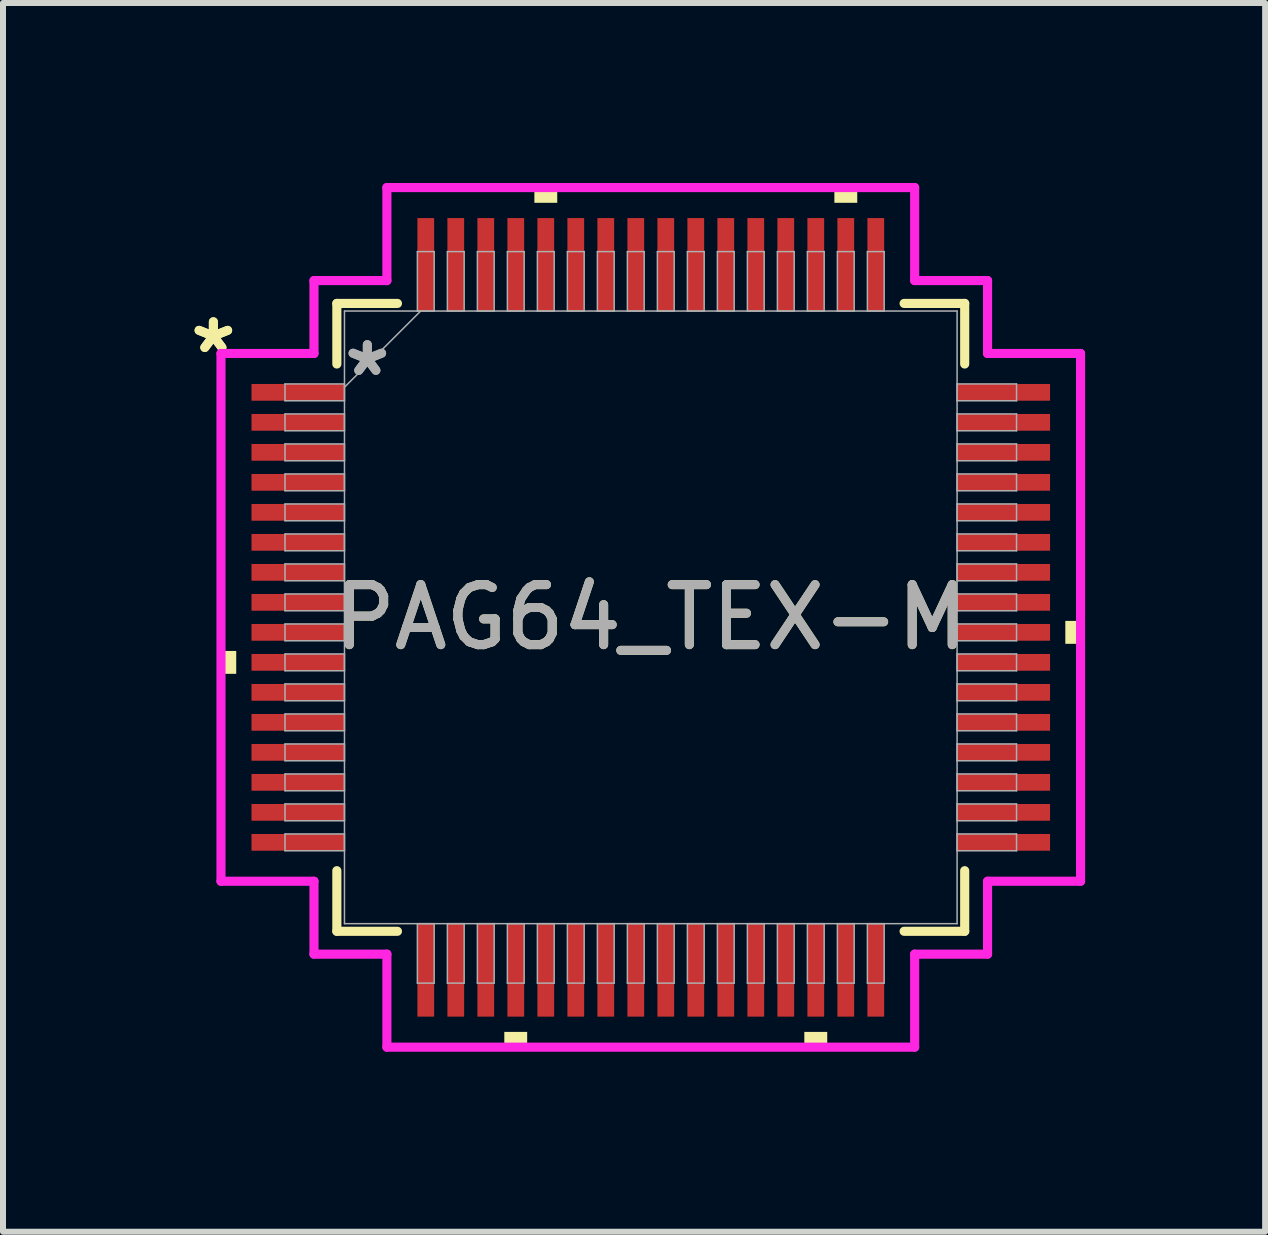
<source format=kicad_pcb>
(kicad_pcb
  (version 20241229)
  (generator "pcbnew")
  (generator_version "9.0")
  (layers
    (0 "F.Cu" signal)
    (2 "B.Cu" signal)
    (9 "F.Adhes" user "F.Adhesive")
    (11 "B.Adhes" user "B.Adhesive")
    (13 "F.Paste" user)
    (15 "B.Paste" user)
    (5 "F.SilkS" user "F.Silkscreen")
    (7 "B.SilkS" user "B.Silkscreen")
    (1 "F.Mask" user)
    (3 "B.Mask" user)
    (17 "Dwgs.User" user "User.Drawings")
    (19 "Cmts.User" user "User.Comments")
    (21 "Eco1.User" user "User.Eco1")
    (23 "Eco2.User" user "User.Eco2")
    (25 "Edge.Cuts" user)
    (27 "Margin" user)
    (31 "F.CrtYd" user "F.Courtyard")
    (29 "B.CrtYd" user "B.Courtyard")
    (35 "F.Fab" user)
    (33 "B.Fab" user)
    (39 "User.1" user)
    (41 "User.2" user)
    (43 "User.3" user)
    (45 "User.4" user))
  (footprint "PAG64_TEX-M"
    (layer "F.Cu")
    (at 7.796 7.239)
    (property "Reference" "PAG64_TEX-M" (at 0 0 0) (unlocked yes) (layer "F.SilkS") (effects (font (size 1 1) (thickness 0.15))))
    (attr smd)
    (fp_line (start -5.232 -5.232) (end -5.232 -4.222) (stroke (width 0.152) (type solid)) (layer "F.SilkS"))
    (fp_line (start -5.232 4.222) (end -5.232 5.232) (stroke (width 0.152) (type solid)) (layer "F.SilkS"))
    (fp_line (start -5.232 5.232) (end -4.222 5.232) (stroke (width 0.152) (type solid)) (layer "F.SilkS"))
    (fp_line (start -4.222 -5.232) (end -5.232 -5.232) (stroke (width 0.152) (type solid)) (layer "F.SilkS"))
    (fp_line (start 4.222 5.232) (end 5.232 5.232) (stroke (width 0.152) (type solid)) (layer "F.SilkS"))
    (fp_line (start 5.232 -5.232) (end 4.222 -5.232) (stroke (width 0.152) (type solid)) (layer "F.SilkS"))
    (fp_line (start 5.232 -4.222) (end 5.232 -5.232) (stroke (width 0.152) (type solid)) (layer "F.SilkS"))
    (fp_line (start 5.232 5.232) (end 5.232 4.222) (stroke (width 0.152) (type solid)) (layer "F.SilkS"))
    (fp_poly (pts (xy -7.163 0.56) (xy -7.163 0.941) (xy -6.909 0.941) (xy -6.909 0.56)) (stroke (width 0) (type solid)) (fill yes) (layer "F.SilkS"))
    (fp_poly (pts (xy -2.441 6.909) (xy -2.441 7.163) (xy -2.06 7.163) (xy -2.06 6.909)) (stroke (width 0) (type solid)) (fill yes) (layer "F.SilkS"))
    (fp_poly (pts (xy -1.94 -6.909) (xy -1.94 -7.163) (xy -1.559 -7.163) (xy -1.559 -6.909)) (stroke (width 0) (type solid)) (fill yes) (layer "F.SilkS"))
    (fp_poly (pts (xy 2.559 6.909) (xy 2.559 7.163) (xy 2.941 7.163) (xy 2.941 6.909)) (stroke (width 0) (type solid)) (fill yes) (layer "F.SilkS"))
    (fp_poly (pts (xy 3.06 -6.909) (xy 3.06 -7.163) (xy 3.441 -7.163) (xy 3.441 -6.909)) (stroke (width 0) (type solid)) (fill yes) (layer "F.SilkS"))
    (fp_poly (pts (xy 7.163 0.059) (xy 7.163 0.441) (xy 6.909 0.441) (xy 6.909 0.059)) (stroke (width 0) (type solid)) (fill yes) (layer "F.SilkS"))
    (fp_line (start -7.163 -4.398) (end -5.613 -4.398) (stroke (width 0.152) (type solid)) (layer "F.CrtYd"))
    (fp_line (start -7.163 4.398) (end -7.163 -4.398) (stroke (width 0.152) (type solid)) (layer "F.CrtYd"))
    (fp_line (start -5.613 -5.613) (end -4.398 -5.613) (stroke (width 0.152) (type solid)) (layer "F.CrtYd"))
    (fp_line (start -5.613 -4.398) (end -5.613 -5.613) (stroke (width 0.152) (type solid)) (layer "F.CrtYd"))
    (fp_line (start -5.613 4.398) (end -7.163 4.398) (stroke (width 0.152) (type solid)) (layer "F.CrtYd"))
    (fp_line (start -5.613 5.613) (end -5.613 4.398) (stroke (width 0.152) (type solid)) (layer "F.CrtYd"))
    (fp_line (start -5.613 5.613) (end -4.398 5.613) (stroke (width 0.152) (type solid)) (layer "F.CrtYd"))
    (fp_line (start -4.398 -7.163) (end 4.398 -7.163) (stroke (width 0.152) (type solid)) (layer "F.CrtYd"))
    (fp_line (start -4.398 -5.613) (end -4.398 -7.163) (stroke (width 0.152) (type solid)) (layer "F.CrtYd"))
    (fp_line (start -4.398 5.613) (end -4.398 7.163) (stroke (width 0.152) (type solid)) (layer "F.CrtYd"))
    (fp_line (start -4.398 7.163) (end 4.398 7.163) (stroke (width 0.152) (type solid)) (layer "F.CrtYd"))
    (fp_line (start 4.398 -7.163) (end 4.398 -5.613) (stroke (width 0.152) (type solid)) (layer "F.CrtYd"))
    (fp_line (start 4.398 -5.613) (end 5.613 -5.613) (stroke (width 0.152) (type solid)) (layer "F.CrtYd"))
    (fp_line (start 4.398 5.613) (end 5.613 5.613) (stroke (width 0.152) (type solid)) (layer "F.CrtYd"))
    (fp_line (start 4.398 7.163) (end 4.398 5.613) (stroke (width 0.152) (type solid)) (layer "F.CrtYd"))
    (fp_line (start 5.613 -4.398) (end 5.613 -5.613) (stroke (width 0.152) (type solid)) (layer "F.CrtYd"))
    (fp_line (start 5.613 4.398) (end 7.163 4.398) (stroke (width 0.152) (type solid)) (layer "F.CrtYd"))
    (fp_line (start 5.613 5.613) (end 5.613 4.398) (stroke (width 0.152) (type solid)) (layer "F.CrtYd"))
    (fp_line (start 7.163 -4.398) (end 5.613 -4.398) (stroke (width 0.152) (type solid)) (layer "F.CrtYd"))
    (fp_line (start 7.163 4.398) (end 7.163 -4.398) (stroke (width 0.152) (type solid)) (layer "F.CrtYd"))
    (fp_line (start -6.096 -3.89) (end -6.096 -3.61) (stroke (width 0.025) (type solid)) (layer "F.Fab"))
    (fp_line (start -6.096 -3.61) (end -5.105 -3.61) (stroke (width 0.025) (type solid)) (layer "F.Fab"))
    (fp_line (start -6.096 -3.39) (end -6.096 -3.11) (stroke (width 0.025) (type solid)) (layer "F.Fab"))
    (fp_line (start -6.096 -3.11) (end -5.105 -3.11) (stroke (width 0.025) (type solid)) (layer "F.Fab"))
    (fp_line (start -6.096 -2.89) (end -6.096 -2.61) (stroke (width 0.025) (type solid)) (layer "F.Fab"))
    (fp_line (start -6.096 -2.61) (end -5.105 -2.61) (stroke (width 0.025) (type solid)) (layer "F.Fab"))
    (fp_line (start -6.096 -2.39) (end -6.096 -2.11) (stroke (width 0.025) (type solid)) (layer "F.Fab"))
    (fp_line (start -6.096 -2.11) (end -5.105 -2.11) (stroke (width 0.025) (type solid)) (layer "F.Fab"))
    (fp_line (start -6.096 -1.89) (end -6.096 -1.61) (stroke (width 0.025) (type solid)) (layer "F.Fab"))
    (fp_line (start -6.096 -1.61) (end -5.105 -1.61) (stroke (width 0.025) (type solid)) (layer "F.Fab"))
    (fp_line (start -6.096 -1.39) (end -6.096 -1.11) (stroke (width 0.025) (type solid)) (layer "F.Fab"))
    (fp_line (start -6.096 -1.11) (end -5.105 -1.11) (stroke (width 0.025) (type solid)) (layer "F.Fab"))
    (fp_line (start -6.096 -0.89) (end -6.096 -0.61) (stroke (width 0.025) (type solid)) (layer "F.Fab"))
    (fp_line (start -6.096 -0.61) (end -5.105 -0.61) (stroke (width 0.025) (type solid)) (layer "F.Fab"))
    (fp_line (start -6.096 -0.39) (end -6.096 -0.11) (stroke (width 0.025) (type solid)) (layer "F.Fab"))
    (fp_line (start -6.096 -0.11) (end -5.105 -0.11) (stroke (width 0.025) (type solid)) (layer "F.Fab"))
    (fp_line (start -6.096 0.11) (end -6.096 0.39) (stroke (width 0.025) (type solid)) (layer "F.Fab"))
    (fp_line (start -6.096 0.39) (end -5.105 0.39) (stroke (width 0.025) (type solid)) (layer "F.Fab"))
    (fp_line (start -6.096 0.61) (end -6.096 0.89) (stroke (width 0.025) (type solid)) (layer "F.Fab"))
    (fp_line (start -6.096 0.89) (end -5.105 0.89) (stroke (width 0.025) (type solid)) (layer "F.Fab"))
    (fp_line (start -6.096 1.11) (end -6.096 1.39) (stroke (width 0.025) (type solid)) (layer "F.Fab"))
    (fp_line (start -6.096 1.39) (end -5.105 1.39) (stroke (width 0.025) (type solid)) (layer "F.Fab"))
    (fp_line (start -6.096 1.61) (end -6.096 1.89) (stroke (width 0.025) (type solid)) (layer "F.Fab"))
    (fp_line (start -6.096 1.89) (end -5.105 1.89) (stroke (width 0.025) (type solid)) (layer "F.Fab"))
    (fp_line (start -6.096 2.11) (end -6.096 2.39) (stroke (width 0.025) (type solid)) (layer "F.Fab"))
    (fp_line (start -6.096 2.39) (end -5.105 2.39) (stroke (width 0.025) (type solid)) (layer "F.Fab"))
    (fp_line (start -6.096 2.61) (end -6.096 2.89) (stroke (width 0.025) (type solid)) (layer "F.Fab"))
    (fp_line (start -6.096 2.89) (end -5.105 2.89) (stroke (width 0.025) (type solid)) (layer "F.Fab"))
    (fp_line (start -6.096 3.11) (end -6.096 3.39) (stroke (width 0.025) (type solid)) (layer "F.Fab"))
    (fp_line (start -6.096 3.39) (end -5.105 3.39) (stroke (width 0.025) (type solid)) (layer "F.Fab"))
    (fp_line (start -6.096 3.61) (end -6.096 3.89) (stroke (width 0.025) (type solid)) (layer "F.Fab"))
    (fp_line (start -6.096 3.89) (end -5.105 3.89) (stroke (width 0.025) (type solid)) (layer "F.Fab"))
    (fp_line (start -5.105 -5.105) (end -5.105 5.105) (stroke (width 0.025) (type solid)) (layer "F.Fab"))
    (fp_line (start -5.105 -3.89) (end -6.096 -3.89) (stroke (width 0.025) (type solid)) (layer "F.Fab"))
    (fp_line (start -5.105 -3.835) (end -3.835 -5.105) (stroke (width 0.025) (type solid)) (layer "F.Fab"))
    (fp_line (start -5.105 -3.61) (end -5.105 -3.89) (stroke (width 0.025) (type solid)) (layer "F.Fab"))
    (fp_line (start -5.105 -3.39) (end -6.096 -3.39) (stroke (width 0.025) (type solid)) (layer "F.Fab"))
    (fp_line (start -5.105 -3.11) (end -5.105 -3.39) (stroke (width 0.025) (type solid)) (layer "F.Fab"))
    (fp_line (start -5.105 -2.89) (end -6.096 -2.89) (stroke (width 0.025) (type solid)) (layer "F.Fab"))
    (fp_line (start -5.105 -2.61) (end -5.105 -2.89) (stroke (width 0.025) (type solid)) (layer "F.Fab"))
    (fp_line (start -5.105 -2.39) (end -6.096 -2.39) (stroke (width 0.025) (type solid)) (layer "F.Fab"))
    (fp_line (start -5.105 -2.11) (end -5.105 -2.39) (stroke (width 0.025) (type solid)) (layer "F.Fab"))
    (fp_line (start -5.105 -1.89) (end -6.096 -1.89) (stroke (width 0.025) (type solid)) (layer "F.Fab"))
    (fp_line (start -5.105 -1.61) (end -5.105 -1.89) (stroke (width 0.025) (type solid)) (layer "F.Fab"))
    (fp_line (start -5.105 -1.39) (end -6.096 -1.39) (stroke (width 0.025) (type solid)) (layer "F.Fab"))
    (fp_line (start -5.105 -1.11) (end -5.105 -1.39) (stroke (width 0.025) (type solid)) (layer "F.Fab"))
    (fp_line (start -5.105 -0.89) (end -6.096 -0.89) (stroke (width 0.025) (type solid)) (layer "F.Fab"))
    (fp_line (start -5.105 -0.61) (end -5.105 -0.89) (stroke (width 0.025) (type solid)) (layer "F.Fab"))
    (fp_line (start -5.105 -0.39) (end -6.096 -0.39) (stroke (width 0.025) (type solid)) (layer "F.Fab"))
    (fp_line (start -5.105 -0.11) (end -5.105 -0.39) (stroke (width 0.025) (type solid)) (layer "F.Fab"))
    (fp_line (start -5.105 0.11) (end -6.096 0.11) (stroke (width 0.025) (type solid)) (layer "F.Fab"))
    (fp_line (start -5.105 0.39) (end -5.105 0.11) (stroke (width 0.025) (type solid)) (layer "F.Fab"))
    (fp_line (start -5.105 0.61) (end -6.096 0.61) (stroke (width 0.025) (type solid)) (layer "F.Fab"))
    (fp_line (start -5.105 0.89) (end -5.105 0.61) (stroke (width 0.025) (type solid)) (layer "F.Fab"))
    (fp_line (start -5.105 1.11) (end -6.096 1.11) (stroke (width 0.025) (type solid)) (layer "F.Fab"))
    (fp_line (start -5.105 1.39) (end -5.105 1.11) (stroke (width 0.025) (type solid)) (layer "F.Fab"))
    (fp_line (start -5.105 1.61) (end -6.096 1.61) (stroke (width 0.025) (type solid)) (layer "F.Fab"))
    (fp_line (start -5.105 1.89) (end -5.105 1.61) (stroke (width 0.025) (type solid)) (layer "F.Fab"))
    (fp_line (start -5.105 2.11) (end -6.096 2.11) (stroke (width 0.025) (type solid)) (layer "F.Fab"))
    (fp_line (start -5.105 2.39) (end -5.105 2.11) (stroke (width 0.025) (type solid)) (layer "F.Fab"))
    (fp_line (start -5.105 2.61) (end -6.096 2.61) (stroke (width 0.025) (type solid)) (layer "F.Fab"))
    (fp_line (start -5.105 2.89) (end -5.105 2.61) (stroke (width 0.025) (type solid)) (layer "F.Fab"))
    (fp_line (start -5.105 3.11) (end -6.096 3.11) (stroke (width 0.025) (type solid)) (layer "F.Fab"))
    (fp_line (start -5.105 3.39) (end -5.105 3.11) (stroke (width 0.025) (type solid)) (layer "F.Fab"))
    (fp_line (start -5.105 3.61) (end -6.096 3.61) (stroke (width 0.025) (type solid)) (layer "F.Fab"))
    (fp_line (start -5.105 3.89) (end -5.105 3.61) (stroke (width 0.025) (type solid)) (layer "F.Fab"))
    (fp_line (start -5.105 5.105) (end 5.105 5.105) (stroke (width 0.025) (type solid)) (layer "F.Fab"))
    (fp_line (start -3.89 -6.096) (end -3.89 -5.105) (stroke (width 0.025) (type solid)) (layer "F.Fab"))
    (fp_line (start -3.89 -5.105) (end -3.61 -5.105) (stroke (width 0.025) (type solid)) (layer "F.Fab"))
    (fp_line (start -3.89 5.105) (end -3.89 6.096) (stroke (width 0.025) (type solid)) (layer "F.Fab"))
    (fp_line (start -3.89 6.096) (end -3.61 6.096) (stroke (width 0.025) (type solid)) (layer "F.Fab"))
    (fp_line (start -3.61 -6.096) (end -3.89 -6.096) (stroke (width 0.025) (type solid)) (layer "F.Fab"))
    (fp_line (start -3.61 -5.105) (end -3.61 -6.096) (stroke (width 0.025) (type solid)) (layer "F.Fab"))
    (fp_line (start -3.61 5.105) (end -3.89 5.105) (stroke (width 0.025) (type solid)) (layer "F.Fab"))
    (fp_line (start -3.61 6.096) (end -3.61 5.105) (stroke (width 0.025) (type solid)) (layer "F.Fab"))
    (fp_line (start -3.39 -6.096) (end -3.39 -5.105) (stroke (width 0.025) (type solid)) (layer "F.Fab"))
    (fp_line (start -3.39 -5.105) (end -3.11 -5.105) (stroke (width 0.025) (type solid)) (layer "F.Fab"))
    (fp_line (start -3.39 5.105) (end -3.39 6.096) (stroke (width 0.025) (type solid)) (layer "F.Fab"))
    (fp_line (start -3.39 6.096) (end -3.11 6.096) (stroke (width 0.025) (type solid)) (layer "F.Fab"))
    (fp_line (start -3.11 -6.096) (end -3.39 -6.096) (stroke (width 0.025) (type solid)) (layer "F.Fab"))
    (fp_line (start -3.11 -5.105) (end -3.11 -6.096) (stroke (width 0.025) (type solid)) (layer "F.Fab"))
    (fp_line (start -3.11 5.105) (end -3.39 5.105) (stroke (width 0.025) (type solid)) (layer "F.Fab"))
    (fp_line (start -3.11 6.096) (end -3.11 5.105) (stroke (width 0.025) (type solid)) (layer "F.Fab"))
    (fp_line (start -2.89 -6.096) (end -2.89 -5.105) (stroke (width 0.025) (type solid)) (layer "F.Fab"))
    (fp_line (start -2.89 -5.105) (end -2.61 -5.105) (stroke (width 0.025) (type solid)) (layer "F.Fab"))
    (fp_line (start -2.89 5.105) (end -2.89 6.096) (stroke (width 0.025) (type solid)) (layer "F.Fab"))
    (fp_line (start -2.89 6.096) (end -2.61 6.096) (stroke (width 0.025) (type solid)) (layer "F.Fab"))
    (fp_line (start -2.61 -6.096) (end -2.89 -6.096) (stroke (width 0.025) (type solid)) (layer "F.Fab"))
    (fp_line (start -2.61 -5.105) (end -2.61 -6.096) (stroke (width 0.025) (type solid)) (layer "F.Fab"))
    (fp_line (start -2.61 5.105) (end -2.89 5.105) (stroke (width 0.025) (type solid)) (layer "F.Fab"))
    (fp_line (start -2.61 6.096) (end -2.61 5.105) (stroke (width 0.025) (type solid)) (layer "F.Fab"))
    (fp_line (start -2.39 -6.096) (end -2.39 -5.105) (stroke (width 0.025) (type solid)) (layer "F.Fab"))
    (fp_line (start -2.39 -5.105) (end -2.11 -5.105) (stroke (width 0.025) (type solid)) (layer "F.Fab"))
    (fp_line (start -2.39 5.105) (end -2.39 6.096) (stroke (width 0.025) (type solid)) (layer "F.Fab"))
    (fp_line (start -2.39 6.096) (end -2.11 6.096) (stroke (width 0.025) (type solid)) (layer "F.Fab"))
    (fp_line (start -2.11 -6.096) (end -2.39 -6.096) (stroke (width 0.025) (type solid)) (layer "F.Fab"))
    (fp_line (start -2.11 -5.105) (end -2.11 -6.096) (stroke (width 0.025) (type solid)) (layer "F.Fab"))
    (fp_line (start -2.11 5.105) (end -2.39 5.105) (stroke (width 0.025) (type solid)) (layer "F.Fab"))
    (fp_line (start -2.11 6.096) (end -2.11 5.105) (stroke (width 0.025) (type solid)) (layer "F.Fab"))
    (fp_line (start -1.89 -6.096) (end -1.89 -5.105) (stroke (width 0.025) (type solid)) (layer "F.Fab"))
    (fp_line (start -1.89 -5.105) (end -1.61 -5.105) (stroke (width 0.025) (type solid)) (layer "F.Fab"))
    (fp_line (start -1.89 5.105) (end -1.89 6.096) (stroke (width 0.025) (type solid)) (layer "F.Fab"))
    (fp_line (start -1.89 6.096) (end -1.61 6.096) (stroke (width 0.025) (type solid)) (layer "F.Fab"))
    (fp_line (start -1.61 -6.096) (end -1.89 -6.096) (stroke (width 0.025) (type solid)) (layer "F.Fab"))
    (fp_line (start -1.61 -5.105) (end -1.61 -6.096) (stroke (width 0.025) (type solid)) (layer "F.Fab"))
    (fp_line (start -1.61 5.105) (end -1.89 5.105) (stroke (width 0.025) (type solid)) (layer "F.Fab"))
    (fp_line (start -1.61 6.096) (end -1.61 5.105) (stroke (width 0.025) (type solid)) (layer "F.Fab"))
    (fp_line (start -1.39 -6.096) (end -1.39 -5.105) (stroke (width 0.025) (type solid)) (layer "F.Fab"))
    (fp_line (start -1.39 -5.105) (end -1.11 -5.105) (stroke (width 0.025) (type solid)) (layer "F.Fab"))
    (fp_line (start -1.39 5.105) (end -1.39 6.096) (stroke (width 0.025) (type solid)) (layer "F.Fab"))
    (fp_line (start -1.39 6.096) (end -1.11 6.096) (stroke (width 0.025) (type solid)) (layer "F.Fab"))
    (fp_line (start -1.11 -6.096) (end -1.39 -6.096) (stroke (width 0.025) (type solid)) (layer "F.Fab"))
    (fp_line (start -1.11 -5.105) (end -1.11 -6.096) (stroke (width 0.025) (type solid)) (layer "F.Fab"))
    (fp_line (start -1.11 5.105) (end -1.39 5.105) (stroke (width 0.025) (type solid)) (layer "F.Fab"))
    (fp_line (start -1.11 6.096) (end -1.11 5.105) (stroke (width 0.025) (type solid)) (layer "F.Fab"))
    (fp_line (start -0.89 -6.096) (end -0.89 -5.105) (stroke (width 0.025) (type solid)) (layer "F.Fab"))
    (fp_line (start -0.89 -5.105) (end -0.61 -5.105) (stroke (width 0.025) (type solid)) (layer "F.Fab"))
    (fp_line (start -0.89 5.105) (end -0.89 6.096) (stroke (width 0.025) (type solid)) (layer "F.Fab"))
    (fp_line (start -0.89 6.096) (end -0.61 6.096) (stroke (width 0.025) (type solid)) (layer "F.Fab"))
    (fp_line (start -0.61 -6.096) (end -0.89 -6.096) (stroke (width 0.025) (type solid)) (layer "F.Fab"))
    (fp_line (start -0.61 -5.105) (end -0.61 -6.096) (stroke (width 0.025) (type solid)) (layer "F.Fab"))
    (fp_line (start -0.61 5.105) (end -0.89 5.105) (stroke (width 0.025) (type solid)) (layer "F.Fab"))
    (fp_line (start -0.61 6.096) (end -0.61 5.105) (stroke (width 0.025) (type solid)) (layer "F.Fab"))
    (fp_line (start -0.39 -6.096) (end -0.39 -5.105) (stroke (width 0.025) (type solid)) (layer "F.Fab"))
    (fp_line (start -0.39 -5.105) (end -0.11 -5.105) (stroke (width 0.025) (type solid)) (layer "F.Fab"))
    (fp_line (start -0.39 5.105) (end -0.39 6.096) (stroke (width 0.025) (type solid)) (layer "F.Fab"))
    (fp_line (start -0.39 6.096) (end -0.11 6.096) (stroke (width 0.025) (type solid)) (layer "F.Fab"))
    (fp_line (start -0.11 -6.096) (end -0.39 -6.096) (stroke (width 0.025) (type solid)) (layer "F.Fab"))
    (fp_line (start -0.11 -5.105) (end -0.11 -6.096) (stroke (width 0.025) (type solid)) (layer "F.Fab"))
    (fp_line (start -0.11 5.105) (end -0.39 5.105) (stroke (width 0.025) (type solid)) (layer "F.Fab"))
    (fp_line (start -0.11 6.096) (end -0.11 5.105) (stroke (width 0.025) (type solid)) (layer "F.Fab"))
    (fp_line (start 0.11 -6.096) (end 0.11 -5.105) (stroke (width 0.025) (type solid)) (layer "F.Fab"))
    (fp_line (start 0.11 -5.105) (end 0.39 -5.105) (stroke (width 0.025) (type solid)) (layer "F.Fab"))
    (fp_line (start 0.11 5.105) (end 0.11 6.096) (stroke (width 0.025) (type solid)) (layer "F.Fab"))
    (fp_line (start 0.11 6.096) (end 0.39 6.096) (stroke (width 0.025) (type solid)) (layer "F.Fab"))
    (fp_line (start 0.39 -6.096) (end 0.11 -6.096) (stroke (width 0.025) (type solid)) (layer "F.Fab"))
    (fp_line (start 0.39 -5.105) (end 0.39 -6.096) (stroke (width 0.025) (type solid)) (layer "F.Fab"))
    (fp_line (start 0.39 5.105) (end 0.11 5.105) (stroke (width 0.025) (type solid)) (layer "F.Fab"))
    (fp_line (start 0.39 6.096) (end 0.39 5.105) (stroke (width 0.025) (type solid)) (layer "F.Fab"))
    (fp_line (start 0.61 -6.096) (end 0.61 -5.105) (stroke (width 0.025) (type solid)) (layer "F.Fab"))
    (fp_line (start 0.61 -5.105) (end 0.89 -5.105) (stroke (width 0.025) (type solid)) (layer "F.Fab"))
    (fp_line (start 0.61 5.105) (end 0.61 6.096) (stroke (width 0.025) (type solid)) (layer "F.Fab"))
    (fp_line (start 0.61 6.096) (end 0.89 6.096) (stroke (width 0.025) (type solid)) (layer "F.Fab"))
    (fp_line (start 0.89 -6.096) (end 0.61 -6.096) (stroke (width 0.025) (type solid)) (layer "F.Fab"))
    (fp_line (start 0.89 -5.105) (end 0.89 -6.096) (stroke (width 0.025) (type solid)) (layer "F.Fab"))
    (fp_line (start 0.89 5.105) (end 0.61 5.105) (stroke (width 0.025) (type solid)) (layer "F.Fab"))
    (fp_line (start 0.89 6.096) (end 0.89 5.105) (stroke (width 0.025) (type solid)) (layer "F.Fab"))
    (fp_line (start 1.11 -6.096) (end 1.11 -5.105) (stroke (width 0.025) (type solid)) (layer "F.Fab"))
    (fp_line (start 1.11 -5.105) (end 1.39 -5.105) (stroke (width 0.025) (type solid)) (layer "F.Fab"))
    (fp_line (start 1.11 5.105) (end 1.11 6.096) (stroke (width 0.025) (type solid)) (layer "F.Fab"))
    (fp_line (start 1.11 6.096) (end 1.39 6.096) (stroke (width 0.025) (type solid)) (layer "F.Fab"))
    (fp_line (start 1.39 -6.096) (end 1.11 -6.096) (stroke (width 0.025) (type solid)) (layer "F.Fab"))
    (fp_line (start 1.39 -5.105) (end 1.39 -6.096) (stroke (width 0.025) (type solid)) (layer "F.Fab"))
    (fp_line (start 1.39 5.105) (end 1.11 5.105) (stroke (width 0.025) (type solid)) (layer "F.Fab"))
    (fp_line (start 1.39 6.096) (end 1.39 5.105) (stroke (width 0.025) (type solid)) (layer "F.Fab"))
    (fp_line (start 1.61 -6.096) (end 1.61 -5.105) (stroke (width 0.025) (type solid)) (layer "F.Fab"))
    (fp_line (start 1.61 -5.105) (end 1.89 -5.105) (stroke (width 0.025) (type solid)) (layer "F.Fab"))
    (fp_line (start 1.61 5.105) (end 1.61 6.096) (stroke (width 0.025) (type solid)) (layer "F.Fab"))
    (fp_line (start 1.61 6.096) (end 1.89 6.096) (stroke (width 0.025) (type solid)) (layer "F.Fab"))
    (fp_line (start 1.89 -6.096) (end 1.61 -6.096) (stroke (width 0.025) (type solid)) (layer "F.Fab"))
    (fp_line (start 1.89 -5.105) (end 1.89 -6.096) (stroke (width 0.025) (type solid)) (layer "F.Fab"))
    (fp_line (start 1.89 5.105) (end 1.61 5.105) (stroke (width 0.025) (type solid)) (layer "F.Fab"))
    (fp_line (start 1.89 6.096) (end 1.89 5.105) (stroke (width 0.025) (type solid)) (layer "F.Fab"))
    (fp_line (start 2.11 -6.096) (end 2.11 -5.105) (stroke (width 0.025) (type solid)) (layer "F.Fab"))
    (fp_line (start 2.11 -5.105) (end 2.39 -5.105) (stroke (width 0.025) (type solid)) (layer "F.Fab"))
    (fp_line (start 2.11 5.105) (end 2.11 6.096) (stroke (width 0.025) (type solid)) (layer "F.Fab"))
    (fp_line (start 2.11 6.096) (end 2.39 6.096) (stroke (width 0.025) (type solid)) (layer "F.Fab"))
    (fp_line (start 2.39 -6.096) (end 2.11 -6.096) (stroke (width 0.025) (type solid)) (layer "F.Fab"))
    (fp_line (start 2.39 -5.105) (end 2.39 -6.096) (stroke (width 0.025) (type solid)) (layer "F.Fab"))
    (fp_line (start 2.39 5.105) (end 2.11 5.105) (stroke (width 0.025) (type solid)) (layer "F.Fab"))
    (fp_line (start 2.39 6.096) (end 2.39 5.105) (stroke (width 0.025) (type solid)) (layer "F.Fab"))
    (fp_line (start 2.61 -6.096) (end 2.61 -5.105) (stroke (width 0.025) (type solid)) (layer "F.Fab"))
    (fp_line (start 2.61 -5.105) (end 2.89 -5.105) (stroke (width 0.025) (type solid)) (layer "F.Fab"))
    (fp_line (start 2.61 5.105) (end 2.61 6.096) (stroke (width 0.025) (type solid)) (layer "F.Fab"))
    (fp_line (start 2.61 6.096) (end 2.89 6.096) (stroke (width 0.025) (type solid)) (layer "F.Fab"))
    (fp_line (start 2.89 -6.096) (end 2.61 -6.096) (stroke (width 0.025) (type solid)) (layer "F.Fab"))
    (fp_line (start 2.89 -5.105) (end 2.89 -6.096) (stroke (width 0.025) (type solid)) (layer "F.Fab"))
    (fp_line (start 2.89 5.105) (end 2.61 5.105) (stroke (width 0.025) (type solid)) (layer "F.Fab"))
    (fp_line (start 2.89 6.096) (end 2.89 5.105) (stroke (width 0.025) (type solid)) (layer "F.Fab"))
    (fp_line (start 3.11 -6.096) (end 3.11 -5.105) (stroke (width 0.025) (type solid)) (layer "F.Fab"))
    (fp_line (start 3.11 -5.105) (end 3.39 -5.105) (stroke (width 0.025) (type solid)) (layer "F.Fab"))
    (fp_line (start 3.11 5.105) (end 3.11 6.096) (stroke (width 0.025) (type solid)) (layer "F.Fab"))
    (fp_line (start 3.11 6.096) (end 3.39 6.096) (stroke (width 0.025) (type solid)) (layer "F.Fab"))
    (fp_line (start 3.39 -6.096) (end 3.11 -6.096) (stroke (width 0.025) (type solid)) (layer "F.Fab"))
    (fp_line (start 3.39 -5.105) (end 3.39 -6.096) (stroke (width 0.025) (type solid)) (layer "F.Fab"))
    (fp_line (start 3.39 5.105) (end 3.11 5.105) (stroke (width 0.025) (type solid)) (layer "F.Fab"))
    (fp_line (start 3.39 6.096) (end 3.39 5.105) (stroke (width 0.025) (type solid)) (layer "F.Fab"))
    (fp_line (start 3.61 -6.096) (end 3.61 -5.105) (stroke (width 0.025) (type solid)) (layer "F.Fab"))
    (fp_line (start 3.61 -5.105) (end 3.89 -5.105) (stroke (width 0.025) (type solid)) (layer "F.Fab"))
    (fp_line (start 3.61 5.105) (end 3.61 6.096) (stroke (width 0.025) (type solid)) (layer "F.Fab"))
    (fp_line (start 3.61 6.096) (end 3.89 6.096) (stroke (width 0.025) (type solid)) (layer "F.Fab"))
    (fp_line (start 3.89 -6.096) (end 3.61 -6.096) (stroke (width 0.025) (type solid)) (layer "F.Fab"))
    (fp_line (start 3.89 -5.105) (end 3.89 -6.096) (stroke (width 0.025) (type solid)) (layer "F.Fab"))
    (fp_line (start 3.89 5.105) (end 3.61 5.105) (stroke (width 0.025) (type solid)) (layer "F.Fab"))
    (fp_line (start 3.89 6.096) (end 3.89 5.105) (stroke (width 0.025) (type solid)) (layer "F.Fab"))
    (fp_line (start 5.105 -5.105) (end -5.105 -5.105) (stroke (width 0.025) (type solid)) (layer "F.Fab"))
    (fp_line (start 5.105 -3.89) (end 5.105 -3.61) (stroke (width 0.025) (type solid)) (layer "F.Fab"))
    (fp_line (start 5.105 -3.61) (end 6.096 -3.61) (stroke (width 0.025) (type solid)) (layer "F.Fab"))
    (fp_line (start 5.105 -3.39) (end 5.105 -3.11) (stroke (width 0.025) (type solid)) (layer "F.Fab"))
    (fp_line (start 5.105 -3.11) (end 6.096 -3.11) (stroke (width 0.025) (type solid)) (layer "F.Fab"))
    (fp_line (start 5.105 -2.89) (end 5.105 -2.61) (stroke (width 0.025) (type solid)) (layer "F.Fab"))
    (fp_line (start 5.105 -2.61) (end 6.096 -2.61) (stroke (width 0.025) (type solid)) (layer "F.Fab"))
    (fp_line (start 5.105 -2.39) (end 5.105 -2.11) (stroke (width 0.025) (type solid)) (layer "F.Fab"))
    (fp_line (start 5.105 -2.11) (end 6.096 -2.11) (stroke (width 0.025) (type solid)) (layer "F.Fab"))
    (fp_line (start 5.105 -1.89) (end 5.105 -1.61) (stroke (width 0.025) (type solid)) (layer "F.Fab"))
    (fp_line (start 5.105 -1.61) (end 6.096 -1.61) (stroke (width 0.025) (type solid)) (layer "F.Fab"))
    (fp_line (start 5.105 -1.39) (end 5.105 -1.11) (stroke (width 0.025) (type solid)) (layer "F.Fab"))
    (fp_line (start 5.105 -1.11) (end 6.096 -1.11) (stroke (width 0.025) (type solid)) (layer "F.Fab"))
    (fp_line (start 5.105 -0.89) (end 5.105 -0.61) (stroke (width 0.025) (type solid)) (layer "F.Fab"))
    (fp_line (start 5.105 -0.61) (end 6.096 -0.61) (stroke (width 0.025) (type solid)) (layer "F.Fab"))
    (fp_line (start 5.105 -0.39) (end 5.105 -0.11) (stroke (width 0.025) (type solid)) (layer "F.Fab"))
    (fp_line (start 5.105 -0.11) (end 6.096 -0.11) (stroke (width 0.025) (type solid)) (layer "F.Fab"))
    (fp_line (start 5.105 0.11) (end 5.105 0.39) (stroke (width 0.025) (type solid)) (layer "F.Fab"))
    (fp_line (start 5.105 0.39) (end 6.096 0.39) (stroke (width 0.025) (type solid)) (layer "F.Fab"))
    (fp_line (start 5.105 0.61) (end 5.105 0.89) (stroke (width 0.025) (type solid)) (layer "F.Fab"))
    (fp_line (start 5.105 0.89) (end 6.096 0.89) (stroke (width 0.025) (type solid)) (layer "F.Fab"))
    (fp_line (start 5.105 1.11) (end 5.105 1.39) (stroke (width 0.025) (type solid)) (layer "F.Fab"))
    (fp_line (start 5.105 1.39) (end 6.096 1.39) (stroke (width 0.025) (type solid)) (layer "F.Fab"))
    (fp_line (start 5.105 1.61) (end 5.105 1.89) (stroke (width 0.025) (type solid)) (layer "F.Fab"))
    (fp_line (start 5.105 1.89) (end 6.096 1.89) (stroke (width 0.025) (type solid)) (layer "F.Fab"))
    (fp_line (start 5.105 2.11) (end 5.105 2.39) (stroke (width 0.025) (type solid)) (layer "F.Fab"))
    (fp_line (start 5.105 2.39) (end 6.096 2.39) (stroke (width 0.025) (type solid)) (layer "F.Fab"))
    (fp_line (start 5.105 2.61) (end 5.105 2.89) (stroke (width 0.025) (type solid)) (layer "F.Fab"))
    (fp_line (start 5.105 2.89) (end 6.096 2.89) (stroke (width 0.025) (type solid)) (layer "F.Fab"))
    (fp_line (start 5.105 3.11) (end 5.105 3.39) (stroke (width 0.025) (type solid)) (layer "F.Fab"))
    (fp_line (start 5.105 3.39) (end 6.096 3.39) (stroke (width 0.025) (type solid)) (layer "F.Fab"))
    (fp_line (start 5.105 3.61) (end 5.105 3.89) (stroke (width 0.025) (type solid)) (layer "F.Fab"))
    (fp_line (start 5.105 3.89) (end 6.096 3.89) (stroke (width 0.025) (type solid)) (layer "F.Fab"))
    (fp_line (start 5.105 5.105) (end 5.105 -5.105) (stroke (width 0.025) (type solid)) (layer "F.Fab"))
    (fp_line (start 6.096 -3.89) (end 5.105 -3.89) (stroke (width 0.025) (type solid)) (layer "F.Fab"))
    (fp_line (start 6.096 -3.61) (end 6.096 -3.89) (stroke (width 0.025) (type solid)) (layer "F.Fab"))
    (fp_line (start 6.096 -3.39) (end 5.105 -3.39) (stroke (width 0.025) (type solid)) (layer "F.Fab"))
    (fp_line (start 6.096 -3.11) (end 6.096 -3.39) (stroke (width 0.025) (type solid)) (layer "F.Fab"))
    (fp_line (start 6.096 -2.89) (end 5.105 -2.89) (stroke (width 0.025) (type solid)) (layer "F.Fab"))
    (fp_line (start 6.096 -2.61) (end 6.096 -2.89) (stroke (width 0.025) (type solid)) (layer "F.Fab"))
    (fp_line (start 6.096 -2.39) (end 5.105 -2.39) (stroke (width 0.025) (type solid)) (layer "F.Fab"))
    (fp_line (start 6.096 -2.11) (end 6.096 -2.39) (stroke (width 0.025) (type solid)) (layer "F.Fab"))
    (fp_line (start 6.096 -1.89) (end 5.105 -1.89) (stroke (width 0.025) (type solid)) (layer "F.Fab"))
    (fp_line (start 6.096 -1.61) (end 6.096 -1.89) (stroke (width 0.025) (type solid)) (layer "F.Fab"))
    (fp_line (start 6.096 -1.39) (end 5.105 -1.39) (stroke (width 0.025) (type solid)) (layer "F.Fab"))
    (fp_line (start 6.096 -1.11) (end 6.096 -1.39) (stroke (width 0.025) (type solid)) (layer "F.Fab"))
    (fp_line (start 6.096 -0.89) (end 5.105 -0.89) (stroke (width 0.025) (type solid)) (layer "F.Fab"))
    (fp_line (start 6.096 -0.61) (end 6.096 -0.89) (stroke (width 0.025) (type solid)) (layer "F.Fab"))
    (fp_line (start 6.096 -0.39) (end 5.105 -0.39) (stroke (width 0.025) (type solid)) (layer "F.Fab"))
    (fp_line (start 6.096 -0.11) (end 6.096 -0.39) (stroke (width 0.025) (type solid)) (layer "F.Fab"))
    (fp_line (start 6.096 0.11) (end 5.105 0.11) (stroke (width 0.025) (type solid)) (layer "F.Fab"))
    (fp_line (start 6.096 0.39) (end 6.096 0.11) (stroke (width 0.025) (type solid)) (layer "F.Fab"))
    (fp_line (start 6.096 0.61) (end 5.105 0.61) (stroke (width 0.025) (type solid)) (layer "F.Fab"))
    (fp_line (start 6.096 0.89) (end 6.096 0.61) (stroke (width 0.025) (type solid)) (layer "F.Fab"))
    (fp_line (start 6.096 1.11) (end 5.105 1.11) (stroke (width 0.025) (type solid)) (layer "F.Fab"))
    (fp_line (start 6.096 1.39) (end 6.096 1.11) (stroke (width 0.025) (type solid)) (layer "F.Fab"))
    (fp_line (start 6.096 1.61) (end 5.105 1.61) (stroke (width 0.025) (type solid)) (layer "F.Fab"))
    (fp_line (start 6.096 1.89) (end 6.096 1.61) (stroke (width 0.025) (type solid)) (layer "F.Fab"))
    (fp_line (start 6.096 2.11) (end 5.105 2.11) (stroke (width 0.025) (type solid)) (layer "F.Fab"))
    (fp_line (start 6.096 2.39) (end 6.096 2.11) (stroke (width 0.025) (type solid)) (layer "F.Fab"))
    (fp_line (start 6.096 2.61) (end 5.105 2.61) (stroke (width 0.025) (type solid)) (layer "F.Fab"))
    (fp_line (start 6.096 2.89) (end 6.096 2.61) (stroke (width 0.025) (type solid)) (layer "F.Fab"))
    (fp_line (start 6.096 3.11) (end 5.105 3.11) (stroke (width 0.025) (type solid)) (layer "F.Fab"))
    (fp_line (start 6.096 3.39) (end 6.096 3.11) (stroke (width 0.025) (type solid)) (layer "F.Fab"))
    (fp_line (start 6.096 3.61) (end 5.105 3.61) (stroke (width 0.025) (type solid)) (layer "F.Fab"))
    (fp_line (start 6.096 3.89) (end 6.096 3.61) (stroke (width 0.025) (type solid)) (layer "F.Fab"))
    (fp_text user "*" (at -7.29 -4.381 0) (layer "F.SilkS") (effects (font (size 1 1) (thickness 0.15))))
    (fp_text user "*" (at -7.29 -4.381 0) (unlocked yes) (layer "F.SilkS") (effects (font (size 1 1) (thickness 0.15))))
    (fp_text user "*" (at -4.724 -4 0) (layer "F.Fab") (effects (font (size 1 1) (thickness 0.15))))
    (fp_text user "${REFERENCE}" (at 0 0 0) (unlocked yes) (layer "F.Fab") (effects (font (size 1 1) (thickness 0.15))))
    (fp_text user "*" (at -4.724 -4 0) (unlocked yes) (layer "F.Fab") (effects (font (size 1 1) (thickness 0.15))))
    (pad "1" smd rect (at -5.88 -3.75 90) (size 0.279 1.549) (layers "F.Cu" "F.Mask" "F.Paste"))
    (pad "2" smd rect (at -5.88 -3.25 90) (size 0.279 1.549) (layers "F.Cu" "F.Mask" "F.Paste"))
    (pad "3" smd rect (at -5.88 -2.75 90) (size 0.279 1.549) (layers "F.Cu" "F.Mask" "F.Paste"))
    (pad "4" smd rect (at -5.88 -2.25 90) (size 0.279 1.549) (layers "F.Cu" "F.Mask" "F.Paste"))
    (pad "5" smd rect (at -5.88 -1.75 90) (size 0.279 1.549) (layers "F.Cu" "F.Mask" "F.Paste"))
    (pad "6" smd rect (at -5.88 -1.25 90) (size 0.279 1.549) (layers "F.Cu" "F.Mask" "F.Paste"))
    (pad "7" smd rect (at -5.88 -0.75 90) (size 0.279 1.549) (layers "F.Cu" "F.Mask" "F.Paste"))
    (pad "8" smd rect (at -5.88 -0.25 90) (size 0.279 1.549) (layers "F.Cu" "F.Mask" "F.Paste"))
    (pad "9" smd rect (at -5.88 0.25 90) (size 0.279 1.549) (layers "F.Cu" "F.Mask" "F.Paste"))
    (pad "10" smd rect (at -5.88 0.75 90) (size 0.279 1.549) (layers "F.Cu" "F.Mask" "F.Paste"))
    (pad "11" smd rect (at -5.88 1.25 90) (size 0.279 1.549) (layers "F.Cu" "F.Mask" "F.Paste"))
    (pad "12" smd rect (at -5.88 1.75 90) (size 0.279 1.549) (layers "F.Cu" "F.Mask" "F.Paste"))
    (pad "13" smd rect (at -5.88 2.25 90) (size 0.279 1.549) (layers "F.Cu" "F.Mask" "F.Paste"))
    (pad "14" smd rect (at -5.88 2.75 90) (size 0.279 1.549) (layers "F.Cu" "F.Mask" "F.Paste"))
    (pad "15" smd rect (at -5.88 3.25 90) (size 0.279 1.549) (layers "F.Cu" "F.Mask" "F.Paste"))
    (pad "16" smd rect (at -5.88 3.75 90) (size 0.279 1.549) (layers "F.Cu" "F.Mask" "F.Paste"))
    (pad "17" smd rect (at -3.75 5.88) (size 0.279 1.549) (layers "F.Cu" "F.Mask" "F.Paste"))
    (pad "18" smd rect (at -3.25 5.88) (size 0.279 1.549) (layers "F.Cu" "F.Mask" "F.Paste"))
    (pad "19" smd rect (at -2.75 5.88) (size 0.279 1.549) (layers "F.Cu" "F.Mask" "F.Paste"))
    (pad "20" smd rect (at -2.25 5.88) (size 0.279 1.549) (layers "F.Cu" "F.Mask" "F.Paste"))
    (pad "21" smd rect (at -1.75 5.88) (size 0.279 1.549) (layers "F.Cu" "F.Mask" "F.Paste"))
    (pad "22" smd rect (at -1.25 5.88) (size 0.279 1.549) (layers "F.Cu" "F.Mask" "F.Paste"))
    (pad "23" smd rect (at -0.75 5.88) (size 0.279 1.549) (layers "F.Cu" "F.Mask" "F.Paste"))
    (pad "24" smd rect (at -0.25 5.88) (size 0.279 1.549) (layers "F.Cu" "F.Mask" "F.Paste"))
    (pad "25" smd rect (at 0.25 5.88) (size 0.279 1.549) (layers "F.Cu" "F.Mask" "F.Paste"))
    (pad "26" smd rect (at 0.75 5.88) (size 0.279 1.549) (layers "F.Cu" "F.Mask" "F.Paste"))
    (pad "27" smd rect (at 1.25 5.88) (size 0.279 1.549) (layers "F.Cu" "F.Mask" "F.Paste"))
    (pad "28" smd rect (at 1.75 5.88) (size 0.279 1.549) (layers "F.Cu" "F.Mask" "F.Paste"))
    (pad "29" smd rect (at 2.25 5.88) (size 0.279 1.549) (layers "F.Cu" "F.Mask" "F.Paste"))
    (pad "30" smd rect (at 2.75 5.88) (size 0.279 1.549) (layers "F.Cu" "F.Mask" "F.Paste"))
    (pad "31" smd rect (at 3.25 5.88) (size 0.279 1.549) (layers "F.Cu" "F.Mask" "F.Paste"))
    (pad "32" smd rect (at 3.75 5.88) (size 0.279 1.549) (layers "F.Cu" "F.Mask" "F.Paste"))
    (pad "33" smd rect (at 5.88 3.75 90) (size 0.279 1.549) (layers "F.Cu" "F.Mask" "F.Paste"))
    (pad "34" smd rect (at 5.88 3.25 90) (size 0.279 1.549) (layers "F.Cu" "F.Mask" "F.Paste"))
    (pad "35" smd rect (at 5.88 2.75 90) (size 0.279 1.549) (layers "F.Cu" "F.Mask" "F.Paste"))
    (pad "36" smd rect (at 5.88 2.25 90) (size 0.279 1.549) (layers "F.Cu" "F.Mask" "F.Paste"))
    (pad "37" smd rect (at 5.88 1.75 90) (size 0.279 1.549) (layers "F.Cu" "F.Mask" "F.Paste"))
    (pad "38" smd rect (at 5.88 1.25 90) (size 0.279 1.549) (layers "F.Cu" "F.Mask" "F.Paste"))
    (pad "39" smd rect (at 5.88 0.75 90) (size 0.279 1.549) (layers "F.Cu" "F.Mask" "F.Paste"))
    (pad "40" smd rect (at 5.88 0.25 90) (size 0.279 1.549) (layers "F.Cu" "F.Mask" "F.Paste"))
    (pad "41" smd rect (at 5.88 -0.25 90) (size 0.279 1.549) (layers "F.Cu" "F.Mask" "F.Paste"))
    (pad "42" smd rect (at 5.88 -0.75 90) (size 0.279 1.549) (layers "F.Cu" "F.Mask" "F.Paste"))
    (pad "43" smd rect (at 5.88 -1.25 90) (size 0.279 1.549) (layers "F.Cu" "F.Mask" "F.Paste"))
    (pad "44" smd rect (at 5.88 -1.75 90) (size 0.279 1.549) (layers "F.Cu" "F.Mask" "F.Paste"))
    (pad "45" smd rect (at 5.88 -2.25 90) (size 0.279 1.549) (layers "F.Cu" "F.Mask" "F.Paste"))
    (pad "46" smd rect (at 5.88 -2.75 90) (size 0.279 1.549) (layers "F.Cu" "F.Mask" "F.Paste"))
    (pad "47" smd rect (at 5.88 -3.25 90) (size 0.279 1.549) (layers "F.Cu" "F.Mask" "F.Paste"))
    (pad "48" smd rect (at 5.88 -3.75 90) (size 0.279 1.549) (layers "F.Cu" "F.Mask" "F.Paste"))
    (pad "49" smd rect (at 3.75 -5.88) (size 0.279 1.549) (layers "F.Cu" "F.Mask" "F.Paste"))
    (pad "50" smd rect (at 3.25 -5.88) (size 0.279 1.549) (layers "F.Cu" "F.Mask" "F.Paste"))
    (pad "51" smd rect (at 2.75 -5.88) (size 0.279 1.549) (layers "F.Cu" "F.Mask" "F.Paste"))
    (pad "52" smd rect (at 2.25 -5.88) (size 0.279 1.549) (layers "F.Cu" "F.Mask" "F.Paste"))
    (pad "53" smd rect (at 1.75 -5.88) (size 0.279 1.549) (layers "F.Cu" "F.Mask" "F.Paste"))
    (pad "54" smd rect (at 1.25 -5.88) (size 0.279 1.549) (layers "F.Cu" "F.Mask" "F.Paste"))
    (pad "55" smd rect (at 0.75 -5.88) (size 0.279 1.549) (layers "F.Cu" "F.Mask" "F.Paste"))
    (pad "56" smd rect (at 0.25 -5.88) (size 0.279 1.549) (layers "F.Cu" "F.Mask" "F.Paste"))
    (pad "57" smd rect (at -0.25 -5.88) (size 0.279 1.549) (layers "F.Cu" "F.Mask" "F.Paste"))
    (pad "58" smd rect (at -0.75 -5.88) (size 0.279 1.549) (layers "F.Cu" "F.Mask" "F.Paste"))
    (pad "59" smd rect (at -1.25 -5.88) (size 0.279 1.549) (layers "F.Cu" "F.Mask" "F.Paste"))
    (pad "60" smd rect (at -1.75 -5.88) (size 0.279 1.549) (layers "F.Cu" "F.Mask" "F.Paste"))
    (pad "61" smd rect (at -2.25 -5.88) (size 0.279 1.549) (layers "F.Cu" "F.Mask" "F.Paste"))
    (pad "62" smd rect (at -2.75 -5.88) (size 0.279 1.549) (layers "F.Cu" "F.Mask" "F.Paste"))
    (pad "63" smd rect (at -3.25 -5.88) (size 0.279 1.549) (layers "F.Cu" "F.Mask" "F.Paste"))
    (pad "64" smd rect (at -3.75 -5.88) (size 0.279 1.549) (layers "F.Cu" "F.Mask" "F.Paste")))
  (gr_rect
    (start -3 -3)
    (end 18.035 17.478)
    (stroke (width 0.1) (type default))
    (fill no)
    (layer "Edge.Cuts")))
</source>
